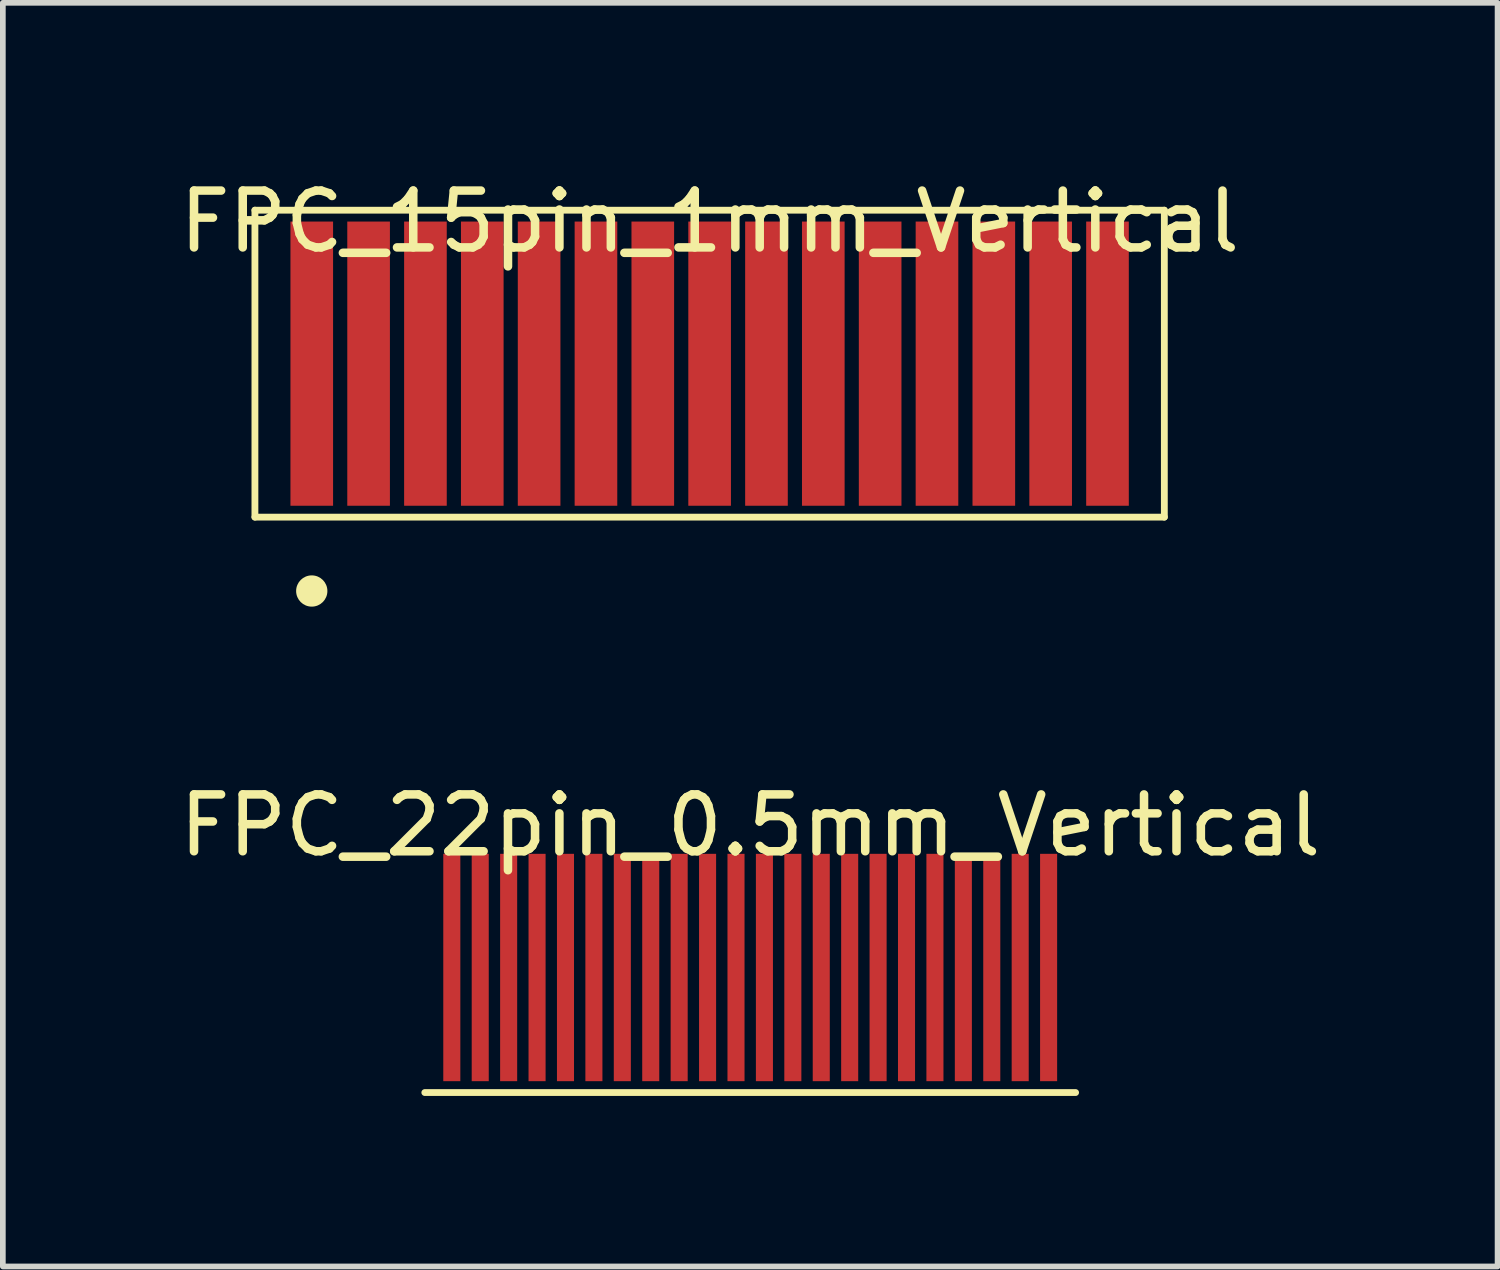
<source format=kicad_pcb>
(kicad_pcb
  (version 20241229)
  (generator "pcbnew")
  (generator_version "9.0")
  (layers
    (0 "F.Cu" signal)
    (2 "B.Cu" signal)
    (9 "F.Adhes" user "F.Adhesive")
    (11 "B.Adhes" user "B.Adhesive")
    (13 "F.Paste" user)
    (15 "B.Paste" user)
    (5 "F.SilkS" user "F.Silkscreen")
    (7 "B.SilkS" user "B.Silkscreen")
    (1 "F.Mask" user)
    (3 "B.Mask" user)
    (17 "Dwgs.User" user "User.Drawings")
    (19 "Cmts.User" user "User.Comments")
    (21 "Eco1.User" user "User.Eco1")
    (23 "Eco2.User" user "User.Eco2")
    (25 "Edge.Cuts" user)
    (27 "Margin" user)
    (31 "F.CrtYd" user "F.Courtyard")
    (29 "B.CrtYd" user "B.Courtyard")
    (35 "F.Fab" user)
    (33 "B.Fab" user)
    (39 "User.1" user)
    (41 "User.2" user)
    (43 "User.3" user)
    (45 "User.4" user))
  (footprint "FPC_15pin_1mm_Vertical"
    (layer "F.Cu")
    (at 9.435 3.348)
    (property "Reference" "FPC_15pin_1mm_Vertical" (at 0 -2.5 0) (layer "F.SilkS") (effects (font (size 1 1) (thickness 0.15))))
    (attr through_hole)
    (fp_line (start -8 -2.7) (end 8 -2.7) (stroke (width 0.12) (type solid)) (layer "F.SilkS"))
    (fp_line (start -8 2.7) (end -8 -2.7) (stroke (width 0.12) (type solid)) (layer "F.SilkS"))
    (fp_line (start 8 -2.7) (end 8 2.7) (stroke (width 0.12) (type solid)) (layer "F.SilkS"))
    (fp_line (start 8 2.7) (end -8 2.7) (stroke (width 0.12) (type solid)) (layer "F.SilkS"))
    (fp_circle (center -7 4) (end -6.8 4) (stroke (width 0.15) (type solid)) (fill yes) (layer "F.SilkS"))
    (fp_rect (start -8 -2.7) (end 8 2.7) (stroke (width 0.12) (type solid)) (fill no) (layer "User.1"))
    (pad "1" smd rect (at -7 0) (size 0.75 5) (layers "F.Cu" "F.Mask" "F.Paste"))
    (pad "2" smd rect (at -6 0) (size 0.75 5) (layers "F.Cu" "F.Mask" "F.Paste"))
    (pad "3" smd rect (at -5 0) (size 0.75 5) (layers "F.Cu" "F.Mask" "F.Paste"))
    (pad "4" smd rect (at -4 0) (size 0.75 5) (layers "F.Cu" "F.Mask" "F.Paste"))
    (pad "5" smd rect (at -3 0) (size 0.75 5) (layers "F.Cu" "F.Mask" "F.Paste"))
    (pad "6" smd rect (at -2 0) (size 0.75 5) (layers "F.Cu" "F.Mask" "F.Paste"))
    (pad "7" smd rect (at -1 0) (size 0.75 5) (layers "F.Cu" "F.Mask" "F.Paste"))
    (pad "8" smd rect (at 0 0) (size 0.75 5) (layers "F.Cu" "F.Mask" "F.Paste"))
    (pad "9" smd rect (at 1 0) (size 0.75 5) (layers "F.Cu" "F.Mask" "F.Paste"))
    (pad "10" smd rect (at 2 0) (size 0.75 5) (layers "F.Cu" "F.Mask" "F.Paste"))
    (pad "11" smd rect (at 3 0) (size 0.75 5) (layers "F.Cu" "F.Mask" "F.Paste"))
    (pad "12" smd rect (at 4 0) (size 0.75 5) (layers "F.Cu" "F.Mask" "F.Paste"))
    (pad "13" smd rect (at 5 0) (size 0.75 5) (layers "F.Cu" "F.Mask" "F.Paste"))
    (pad "14" smd rect (at 6 0) (size 0.75 5) (layers "F.Cu" "F.Mask" "F.Paste"))
    (pad "15" smd rect (at 7 0) (size 0.75 5) (layers "F.Cu" "F.Mask" "F.Paste")))
  (footprint "FPC_22pin_0.5mm_Vertical"
    (layer "F.Cu")
    (at 10.149 13.972)
    (property "Reference" "FPC_22pin_0.5mm_Vertical" (at 0 -2.5 0) (layer "F.SilkS") (effects (font (size 1 1) (thickness 0.15))))
    (attr through_hole)
    (fp_line (start -5.725 2.2) (end 5.725 2.2) (stroke (width 0.12) (type solid)) (layer "F.SilkS"))
    (fp_rect (start -5.74 -2.2) (end 5.74 2.2) (stroke (width 0.12) (type solid)) (fill no) (layer "User.1"))
    (pad "1" smd rect (at -5.25 0) (size 0.3 4) (layers "F.Cu" "F.Mask" "F.Paste"))
    (pad "2" smd rect (at -4.75 0) (size 0.3 4) (layers "F.Cu" "F.Mask" "F.Paste"))
    (pad "3" smd rect (at -4.25 0) (size 0.3 4) (layers "F.Cu" "F.Mask" "F.Paste"))
    (pad "4" smd rect (at -3.75 0) (size 0.3 4) (layers "F.Cu" "F.Mask" "F.Paste"))
    (pad "5" smd rect (at -3.25 0) (size 0.3 4) (layers "F.Cu" "F.Mask" "F.Paste"))
    (pad "6" smd rect (at -2.75 0) (size 0.3 4) (layers "F.Cu" "F.Mask" "F.Paste"))
    (pad "7" smd rect (at -2.25 0) (size 0.3 4) (layers "F.Cu" "F.Mask" "F.Paste"))
    (pad "8" smd rect (at -1.75 0) (size 0.3 4) (layers "F.Cu" "F.Mask" "F.Paste"))
    (pad "9" smd rect (at -1.25 0) (size 0.3 4) (layers "F.Cu" "F.Mask" "F.Paste"))
    (pad "10" smd rect (at -0.75 0) (size 0.3 4) (layers "F.Cu" "F.Mask" "F.Paste"))
    (pad "11" smd rect (at -0.25 0) (size 0.3 4) (layers "F.Cu" "F.Mask" "F.Paste"))
    (pad "12" smd rect (at 0.25 0) (size 0.3 4) (layers "F.Cu" "F.Mask" "F.Paste"))
    (pad "13" smd rect (at 0.75 0) (size 0.3 4) (layers "F.Cu" "F.Mask" "F.Paste"))
    (pad "14" smd rect (at 1.25 0) (size 0.3 4) (layers "F.Cu" "F.Mask" "F.Paste"))
    (pad "15" smd rect (at 1.75 0) (size 0.3 4) (layers "F.Cu" "F.Mask" "F.Paste"))
    (pad "16" smd rect (at 2.25 0) (size 0.3 4) (layers "F.Cu" "F.Mask" "F.Paste"))
    (pad "17" smd rect (at 2.75 0) (size 0.3 4) (layers "F.Cu" "F.Mask" "F.Paste"))
    (pad "18" smd rect (at 3.25 0) (size 0.3 4) (layers "F.Cu" "F.Mask" "F.Paste"))
    (pad "19" smd rect (at 3.75 0) (size 0.3 4) (layers "F.Cu" "F.Mask" "F.Paste"))
    (pad "20" smd rect (at 4.25 0) (size 0.3 4) (layers "F.Cu" "F.Mask" "F.Paste"))
    (pad "21" smd rect (at 4.75 0) (size 0.3 4) (layers "F.Cu" "F.Mask" "F.Paste"))
    (pad "22" smd rect (at 5.25 0) (size 0.3 4) (layers "F.Cu" "F.Mask" "F.Paste")))
  (gr_rect
    (start -3 -3)
    (end 23.298 19.232)
    (stroke (width 0.1) (type default))
    (fill no)
    (layer "Edge.Cuts")))
</source>
